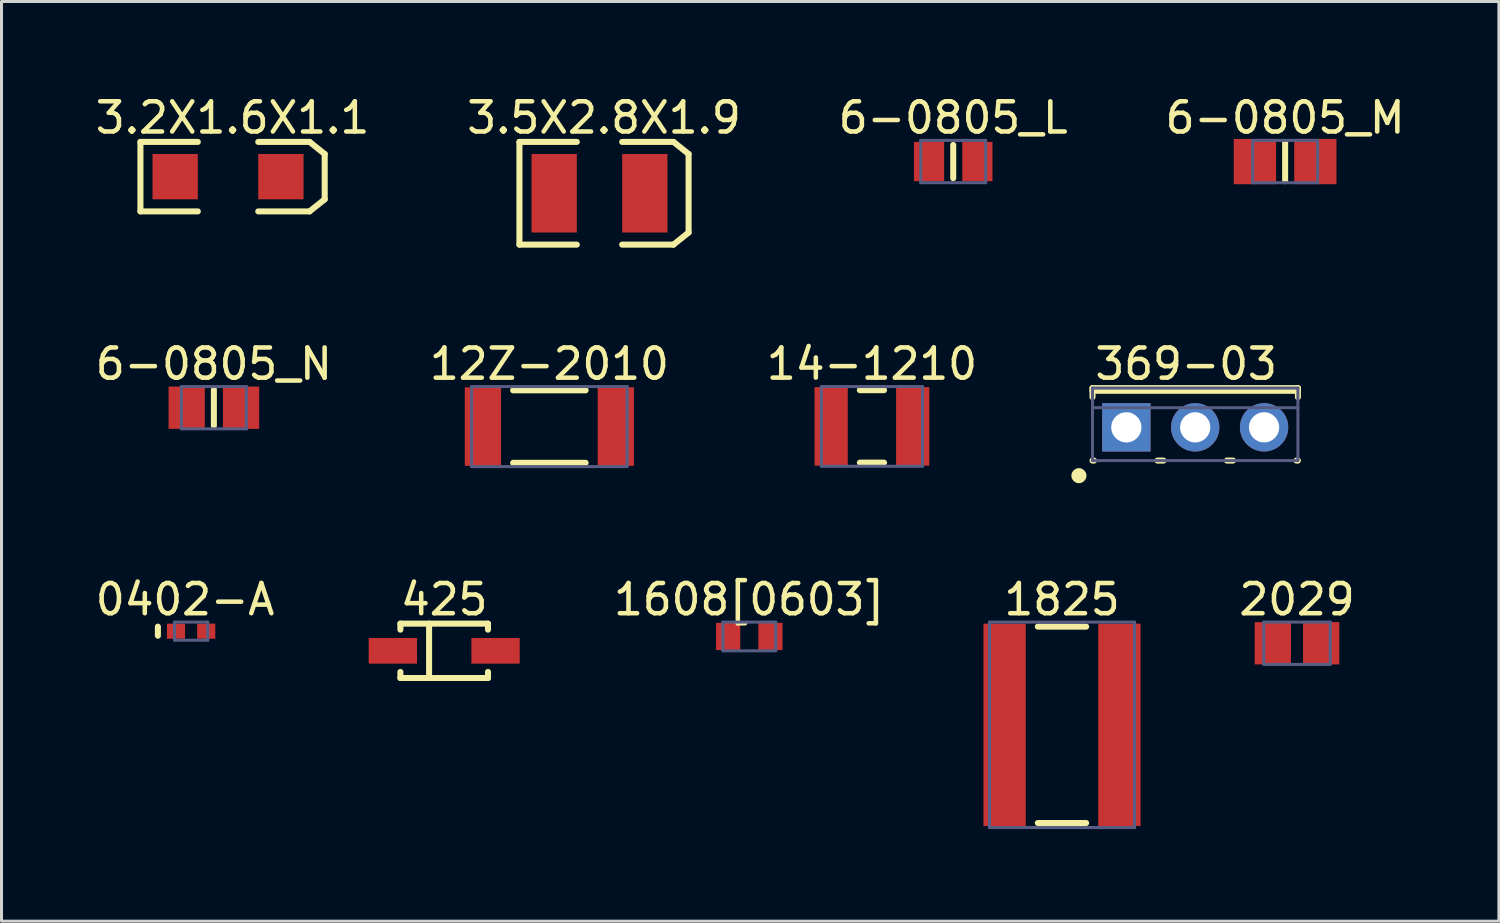
<source format=kicad_pcb>
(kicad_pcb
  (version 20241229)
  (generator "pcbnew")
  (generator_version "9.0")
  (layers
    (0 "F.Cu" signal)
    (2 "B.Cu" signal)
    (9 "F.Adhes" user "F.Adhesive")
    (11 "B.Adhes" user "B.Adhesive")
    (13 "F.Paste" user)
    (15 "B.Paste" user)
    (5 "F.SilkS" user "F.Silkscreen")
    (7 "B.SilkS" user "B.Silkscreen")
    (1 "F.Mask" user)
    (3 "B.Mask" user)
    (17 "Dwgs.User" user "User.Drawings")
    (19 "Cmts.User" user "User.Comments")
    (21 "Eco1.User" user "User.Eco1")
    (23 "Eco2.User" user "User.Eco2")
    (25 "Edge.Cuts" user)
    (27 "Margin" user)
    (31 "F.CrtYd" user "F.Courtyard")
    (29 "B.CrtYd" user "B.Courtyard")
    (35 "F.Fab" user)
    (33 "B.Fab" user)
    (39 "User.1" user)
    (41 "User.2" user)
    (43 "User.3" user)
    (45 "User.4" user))
  (footprint "0402-A"
    (layer "F.Cu")
    (at 3.277 17.845)
    (property "Reference" "0402-A" (at -0.2 -1.05 0) (layer "F.SilkS") (effects (font (size 1 1) (thickness 0.15))))
    (fp_line (start -1.1 0.15) (end -1.1 -0.15) (stroke (width 0.2) (type solid)) (layer "F.SilkS"))
    (fp_line (start -0.9 -0.35) (end 0.9 -0.35) (stroke (width 0.1) (type solid)) (layer "Eco2.User"))
    (fp_line (start -0.9 0.35) (end -0.9 -0.35) (stroke (width 0.1) (type solid)) (layer "Eco2.User"))
    (fp_line (start -0.9 0.35) (end 0.9 0.35) (stroke (width 0.1) (type solid)) (layer "Eco2.User"))
    (fp_line (start -0.3 0) (end 0.3 0) (stroke (width 0.1) (type solid)) (layer "Eco2.User"))
    (fp_line (start 0 0.3) (end 0 -0.3) (stroke (width 0.1) (type solid)) (layer "Eco2.User"))
    (fp_line (start 0.9 0.35) (end 0.9 -0.35) (stroke (width 0.1) (type solid)) (layer "Eco2.User"))
    (fp_line (start -0.55 -0.3) (end 0.55 -0.3) (stroke (width 0.1) (type solid)) (layer "B.Fab"))
    (fp_line (start -0.55 0.3) (end -0.55 -0.3) (stroke (width 0.1) (type solid)) (layer "B.Fab"))
    (fp_line (start -0.55 0.3) (end 0.55 0.3) (stroke (width 0.1) (type solid)) (layer "B.Fab"))
    (fp_line (start 0.55 0.3) (end 0.55 -0.3) (stroke (width 0.1) (type solid)) (layer "B.Fab"))
    (pad "1" smd rect (at -0.5 0 90) (size 0.5 0.6) (layers "F.Cu" "F.Mask" "F.Paste"))
    (pad "2" smd rect (at 0.5 0 90) (size 0.5 0.6) (layers "F.Cu" "F.Mask" "F.Paste")))
  (footprint "1825"
    (layer "F.Cu")
    (at 32.107 20.945)
    (property "Reference" "1825" (at 0 -4.15 0) (layer "F.SilkS") (effects (font (size 1 1) (thickness 0.15))))
    (fp_line (start -0.8 -3.25) (end 0.8 -3.25) (stroke (width 0.2) (type solid)) (layer "F.SilkS"))
    (fp_line (start -0.8 3.25) (end 0.8 3.25) (stroke (width 0.2) (type solid)) (layer "F.SilkS"))
    (fp_line (start -2.7 -3.45) (end 2.7 -3.45) (stroke (width 0.1) (type solid)) (layer "Eco2.User"))
    (fp_line (start -2.7 3.45) (end -2.7 -3.45) (stroke (width 0.1) (type solid)) (layer "Eco2.User"))
    (fp_line (start -2.7 3.45) (end 2.7 3.45) (stroke (width 0.1) (type solid)) (layer "Eco2.User"))
    (fp_line (start -0.5 0) (end 0.5 0) (stroke (width 0.1) (type solid)) (layer "Eco2.User"))
    (fp_line (start 0 0.5) (end 0 -0.5) (stroke (width 0.1) (type solid)) (layer "Eco2.User"))
    (fp_line (start 2.7 3.45) (end 2.7 -3.45) (stroke (width 0.1) (type solid)) (layer "Eco2.User"))
    (fp_line (start -2.4 -3.4) (end 2.4 -3.4) (stroke (width 0.1) (type solid)) (layer "B.Fab"))
    (fp_line (start -2.4 3.4) (end -2.4 -3.4) (stroke (width 0.1) (type solid)) (layer "B.Fab"))
    (fp_line (start -2.4 3.4) (end 2.4 3.4) (stroke (width 0.1) (type solid)) (layer "B.Fab"))
    (fp_line (start 2.4 3.4) (end 2.4 -3.4) (stroke (width 0.1) (type solid)) (layer "B.Fab"))
    (pad "1" smd rect (at -1.9 0 90) (size 6.7 1.4) (layers "F.Cu" "F.Mask" "F.Paste"))
    (pad "2" smd rect (at 1.9 0 90) (size 6.7 1.4) (layers "F.Cu" "F.Mask" "F.Paste")))
  (footprint "6-0805_M"
    (layer "F.Cu")
    (at 39.494 2.298)
    (property "Reference" "6-0805_M" (at 0 -1.45 0) (layer "F.SilkS") (effects (font (size 1 1) (thickness 0.15))))
    (fp_line (start 0 0.65) (end 0 -0.65) (stroke (width 0.2) (type solid)) (layer "F.SilkS"))
    (fp_line (start -2.2 -1.25) (end 2.2 -1.25) (stroke (width 0.1) (type solid)) (layer "Eco2.User"))
    (fp_line (start -2.2 1.25) (end -2.2 -1.25) (stroke (width 0.1) (type solid)) (layer "Eco2.User"))
    (fp_line (start -2.2 1.25) (end 2.2 1.25) (stroke (width 0.1) (type solid)) (layer "Eco2.User"))
    (fp_line (start -0.5 0) (end 0.5 0) (stroke (width 0.1) (type solid)) (layer "Eco2.User"))
    (fp_line (start 0 0.5) (end 0 -0.5) (stroke (width 0.1) (type solid)) (layer "Eco2.User"))
    (fp_line (start 2.2 1.25) (end 2.2 -1.25) (stroke (width 0.1) (type solid)) (layer "Eco2.User"))
    (fp_line (start -1.075 -0.7) (end 1.075 -0.7) (stroke (width 0.1) (type solid)) (layer "B.Fab"))
    (fp_line (start -1.075 0.7) (end -1.075 -0.7) (stroke (width 0.1) (type solid)) (layer "B.Fab"))
    (fp_line (start -1.075 0.7) (end 1.075 0.7) (stroke (width 0.1) (type solid)) (layer "B.Fab"))
    (fp_line (start 1.075 0.7) (end 1.075 -0.7) (stroke (width 0.1) (type solid)) (layer "B.Fab"))
    (pad "1" smd rect (at -1 0 90) (size 1.5 1.4) (layers "F.Cu" "F.Mask" "F.Paste"))
    (pad "2" smd rect (at 1 0 90) (size 1.5 1.4) (layers "F.Cu" "F.Mask" "F.Paste")))
  (footprint "3.2X1.6X1.1"
    (layer "F.Cu")
    (at 4.499 2.798)
    (property "Reference" "3.2X1.6X1.1" (at 0.15 -1.95 0) (layer "F.SilkS") (effects (font (size 1 1) (thickness 0.15))))
    (fp_line (start -2.9 -1.15) (end -1 -1.15) (stroke (width 0.2) (type solid)) (layer "F.SilkS"))
    (fp_line (start -2.9 1.15) (end -2.9 -1.15) (stroke (width 0.2) (type solid)) (layer "F.SilkS"))
    (fp_line (start -2.9 1.15) (end -1 1.15) (stroke (width 0.2) (type solid)) (layer "F.SilkS"))
    (fp_line (start 1 -1.15) (end 2.7 -1.15) (stroke (width 0.2) (type solid)) (layer "F.SilkS"))
    (fp_line (start 1 1.15) (end 2.7 1.15) (stroke (width 0.2) (type solid)) (layer "F.SilkS"))
    (fp_line (start 2.7 -1.15) (end 3.2 -0.75) (stroke (width 0.2) (type solid)) (layer "F.SilkS"))
    (fp_line (start 2.7 1.15) (end 3.2 0.75) (stroke (width 0.2) (type solid)) (layer "F.SilkS"))
    (fp_line (start 3.2 0.75) (end 3.2 -0.75) (stroke (width 0.2) (type solid)) (layer "F.SilkS"))
    (fp_line (start -0.2 0) (end 0.2 0) (stroke (width 0.1) (type solid)) (layer "User.1"))
    (fp_line (start 0 0.2) (end 0 -0.2) (stroke (width 0.1) (type solid)) (layer "User.1"))
    (pad "1" smd rect (at -1.75 0) (size 1.5 1.5) (layers "F.Cu" "F.Mask" "F.Paste"))
    (pad "2" smd rect (at 1.75 0) (size 1.5 1.5) (layers "F.Cu" "F.Mask" "F.Paste")))
  (footprint "14-1210"
    (layer "F.Cu")
    (at 25.815 11.066)
    (property "Reference" "14-1210" (at 0 -2.07 0) (layer "F.SilkS") (effects (font (size 1 1) (thickness 0.15))))
    (fp_line (start -0.4 -1.2) (end 0.4 -1.2) (stroke (width 0.2) (type solid)) (layer "F.SilkS"))
    (fp_line (start -0.4 1.2) (end 0.4 1.2) (stroke (width 0.2) (type solid)) (layer "F.SilkS"))
    (fp_line (start -2 -1.4) (end 2 -1.4) (stroke (width 0.1) (type solid)) (layer "Eco2.User"))
    (fp_line (start -2 1.4) (end -2 -1.4) (stroke (width 0.1) (type solid)) (layer "Eco2.User"))
    (fp_line (start -2 1.4) (end 2 1.4) (stroke (width 0.1) (type solid)) (layer "Eco2.User"))
    (fp_line (start -0.5 0) (end 0.5 0) (stroke (width 0.1) (type solid)) (layer "Eco2.User"))
    (fp_line (start 0 0.5) (end 0 -0.5) (stroke (width 0.1) (type solid)) (layer "Eco2.User"))
    (fp_line (start 2 1.4) (end 2 -1.4) (stroke (width 0.1) (type solid)) (layer "Eco2.User"))
    (fp_line (start -1.675 -1.32) (end 1.675 -1.32) (stroke (width 0.1) (type solid)) (layer "B.Fab"))
    (fp_line (start -1.675 1.32) (end -1.675 -1.32) (stroke (width 0.1) (type solid)) (layer "B.Fab"))
    (fp_line (start -1.675 1.32) (end 1.675 1.32) (stroke (width 0.1) (type solid)) (layer "B.Fab"))
    (fp_line (start 1.675 1.32) (end 1.675 -1.32) (stroke (width 0.1) (type solid)) (layer "B.Fab"))
    (pad "1" smd rect (at -1.35 0 90) (size 2.6 1.1) (layers "F.Cu" "F.Mask" "F.Paste"))
    (pad "2" smd rect (at 1.35 0 90) (size 2.6 1.1) (layers "F.Cu" "F.Mask" "F.Paste")))
  (footprint "2029"
    (layer "F.Cu")
    (at 39.887 18.245)
    (property "Reference" "2029" (at 0 -1.45 0) (layer "F.SilkS") (effects (font (size 1 1) (thickness 0.15))))
    (fp_line (start -1.5 -0.8) (end 1.5 -0.8) (stroke (width 0.1) (type solid)) (layer "Eco2.User"))
    (fp_line (start -1.5 0.8) (end -1.5 -0.8) (stroke (width 0.1) (type solid)) (layer "Eco2.User"))
    (fp_line (start -1.5 0.8) (end 1.5 0.8) (stroke (width 0.1) (type solid)) (layer "Eco2.User"))
    (fp_line (start -0.5 0) (end 0.5 0) (stroke (width 0.1) (type solid)) (layer "Eco2.User"))
    (fp_line (start 0 0.5) (end 0 -0.5) (stroke (width 0.1) (type solid)) (layer "Eco2.User"))
    (fp_line (start 1.5 0.8) (end 1.5 -0.8) (stroke (width 0.1) (type solid)) (layer "Eco2.User"))
    (fp_line (start -1.1 -0.7) (end 1.1 -0.7) (stroke (width 0.1) (type solid)) (layer "B.Fab"))
    (fp_line (start -1.1 0.7) (end -1.1 -0.7) (stroke (width 0.1) (type solid)) (layer "B.Fab"))
    (fp_line (start -1.1 0.7) (end 1.1 0.7) (stroke (width 0.1) (type solid)) (layer "B.Fab"))
    (fp_line (start 1.1 0.7) (end 1.1 -0.7) (stroke (width 0.1) (type solid)) (layer "B.Fab"))
    (pad "1" smd rect (at -0.8 0 90) (size 1.4 1.2) (layers "F.Cu" "F.Mask" "F.Paste"))
    (pad "2" smd rect (at 0.8 0 90) (size 1.4 1.2) (layers "F.Cu" "F.Mask" "F.Paste")))
  (footprint "12Z-2010"
    (layer "F.Cu")
    (at 15.137 11.072)
    (property "Reference" "12Z-2010" (at 0 -2.075 0) (layer "F.SilkS") (effects (font (size 1 1) (thickness 0.15))))
    (fp_line (start -1.2 -1.2) (end 1.2 -1.2) (stroke (width 0.2) (type solid)) (layer "F.SilkS"))
    (fp_line (start -1.2 1.2) (end 1.2 1.2) (stroke (width 0.2) (type solid)) (layer "F.SilkS"))
    (fp_line (start -2.9 -1.4) (end 2.9 -1.4) (stroke (width 0.1) (type solid)) (layer "Eco2.User"))
    (fp_line (start -2.9 1.4) (end -2.9 -1.4) (stroke (width 0.1) (type solid)) (layer "Eco2.User"))
    (fp_line (start -2.9 1.4) (end 2.9 1.4) (stroke (width 0.1) (type solid)) (layer "Eco2.User"))
    (fp_line (start -0.5 0) (end 0.5 0) (stroke (width 0.1) (type solid)) (layer "Eco2.User"))
    (fp_line (start 0 0.5) (end 0 -0.5) (stroke (width 0.1) (type solid)) (layer "Eco2.User"))
    (fp_line (start 2.9 1.4) (end 2.9 -1.4) (stroke (width 0.1) (type solid)) (layer "Eco2.User"))
    (fp_line (start -2.575 -1.325) (end 2.575 -1.325) (stroke (width 0.1) (type solid)) (layer "B.Fab"))
    (fp_line (start -2.575 1.325) (end -2.575 -1.325) (stroke (width 0.1) (type solid)) (layer "B.Fab"))
    (fp_line (start -2.575 1.325) (end 2.575 1.325) (stroke (width 0.1) (type solid)) (layer "B.Fab"))
    (fp_line (start 2.575 1.325) (end 2.575 -1.325) (stroke (width 0.1) (type solid)) (layer "B.Fab"))
    (pad "1" smd rect (at -2.2 0 90) (size 2.6 1.2) (layers "F.Cu" "F.Mask" "F.Paste"))
    (pad "2" smd rect (at 2.2 0 90) (size 2.6 1.2) (layers "F.Cu" "F.Mask" "F.Paste")))
  (footprint "6-0805_L"
    (layer "F.Cu")
    (at 28.506 2.298)
    (property "Reference" "6-0805_L" (at 0 -1.45 0) (layer "F.SilkS") (effects (font (size 1 1) (thickness 0.15))))
    (fp_line (start 0 0.55) (end 0 -0.55) (stroke (width 0.2) (type solid)) (layer "F.SilkS"))
    (fp_line (start -1.4 -0.75) (end 1.4 -0.75) (stroke (width 0.1) (type solid)) (layer "Eco2.User"))
    (fp_line (start -1.4 0.75) (end -1.4 -0.75) (stroke (width 0.1) (type solid)) (layer "Eco2.User"))
    (fp_line (start -1.4 0.75) (end 1.4 0.75) (stroke (width 0.1) (type solid)) (layer "Eco2.User"))
    (fp_line (start -0.5 0) (end 0.5 0) (stroke (width 0.1) (type solid)) (layer "Eco2.User"))
    (fp_line (start 0 0.5) (end 0 -0.5) (stroke (width 0.1) (type solid)) (layer "Eco2.User"))
    (fp_line (start 1.4 0.75) (end 1.4 -0.75) (stroke (width 0.1) (type solid)) (layer "Eco2.User"))
    (fp_line (start -1.075 -0.7) (end 1.075 -0.7) (stroke (width 0.1) (type solid)) (layer "B.Fab"))
    (fp_line (start -1.075 0.7) (end -1.075 -0.7) (stroke (width 0.1) (type solid)) (layer "B.Fab"))
    (fp_line (start -1.075 0.7) (end 1.075 0.7) (stroke (width 0.1) (type solid)) (layer "B.Fab"))
    (fp_line (start 1.075 0.7) (end 1.075 -0.7) (stroke (width 0.1) (type solid)) (layer "B.Fab"))
    (pad "1" smd rect (at -0.8 0 90) (size 1.3 1) (layers "F.Cu" "F.Mask" "F.Paste"))
    (pad "2" smd rect (at 0.8 0 90) (size 1.3 1) (layers "F.Cu" "F.Mask" "F.Paste")))
  (footprint "425"
    (layer "F.Cu")
    (at 11.655 18.495)
    (property "Reference" "425" (at 0 -1.7 0) (layer "F.SilkS") (effects (font (size 1 1) (thickness 0.15))))
    (fp_line (start -1.45 -0.9) (end 1.45 -0.9) (stroke (width 0.2) (type solid)) (layer "F.SilkS"))
    (fp_line (start -1.45 -0.7) (end -1.45 -0.9) (stroke (width 0.2) (type solid)) (layer "F.SilkS"))
    (fp_line (start -1.45 0.9) (end -1.45 0.7) (stroke (width 0.2) (type solid)) (layer "F.SilkS"))
    (fp_line (start -1.45 0.9) (end 1.45 0.9) (stroke (width 0.2) (type solid)) (layer "F.SilkS"))
    (fp_line (start -0.5 0.9) (end -0.5 -0.9) (stroke (width 0.2) (type solid)) (layer "F.SilkS"))
    (fp_line (start 1.45 -0.7) (end 1.45 -0.9) (stroke (width 0.2) (type solid)) (layer "F.SilkS"))
    (fp_line (start 1.45 0.9) (end 1.45 0.7) (stroke (width 0.2) (type solid)) (layer "F.SilkS"))
    (pad "1" smd rect (at -1.7 0) (size 1.6 0.85) (layers "F.Cu" "F.Mask" "F.Paste"))
    (pad "2" smd rect (at 1.7 0) (size 1.6 0.85) (layers "F.Cu" "F.Mask" "F.Paste")))
  (footprint "6-0805_N"
    (layer "F.Cu")
    (at 4.03 10.447)
    (property "Reference" "6-0805_N" (at 0 -1.45 0) (layer "F.SilkS") (effects (font (size 1 1) (thickness 0.15))))
    (fp_line (start 0 0.6) (end 0 -0.6) (stroke (width 0.2) (type solid)) (layer "F.SilkS"))
    (fp_line (start -1.75 -0.95) (end 1.75 -0.95) (stroke (width 0.1) (type solid)) (layer "Eco2.User"))
    (fp_line (start -1.75 0.95) (end -1.75 -0.95) (stroke (width 0.1) (type solid)) (layer "Eco2.User"))
    (fp_line (start -1.75 0.95) (end 1.75 0.95) (stroke (width 0.1) (type solid)) (layer "Eco2.User"))
    (fp_line (start -0.5 0) (end 0.5 0) (stroke (width 0.1) (type solid)) (layer "Eco2.User"))
    (fp_line (start 0 0.5) (end 0 -0.5) (stroke (width 0.1) (type solid)) (layer "Eco2.User"))
    (fp_line (start 1.75 0.95) (end 1.75 -0.95) (stroke (width 0.1) (type solid)) (layer "Eco2.User"))
    (fp_line (start -1.075 -0.7) (end 1.075 -0.7) (stroke (width 0.1) (type solid)) (layer "B.Fab"))
    (fp_line (start -1.075 0.7) (end -1.075 -0.7) (stroke (width 0.1) (type solid)) (layer "B.Fab"))
    (fp_line (start -1.075 0.7) (end 1.075 0.7) (stroke (width 0.1) (type solid)) (layer "B.Fab"))
    (fp_line (start 1.075 0.7) (end 1.075 -0.7) (stroke (width 0.1) (type solid)) (layer "B.Fab"))
    (pad "1" smd rect (at -0.9 0 90) (size 1.4 1.2) (layers "F.Cu" "F.Mask" "F.Paste"))
    (pad "2" smd rect (at 0.9 0 90) (size 1.4 1.2) (layers "F.Cu" "F.Mask" "F.Paste")))
  (footprint "369-03"
    (layer "F.Cu")
    (at 36.517 11.097)
    (property "Reference" "369-03" (at -0.3 -2.1 0) (layer "F.SilkS") (effects (font (size 1 1) (thickness 0.15))))
    (fp_line (start -3.4 -1.3) (end 3.4 -1.3) (stroke (width 0.2) (type solid)) (layer "F.SilkS"))
    (fp_line (start -3.4 -1.21) (end 3.4 -1.21) (stroke (width 0.2) (type solid)) (layer "F.SilkS"))
    (fp_line (start -3.4 -1) (end -3.4 -1.3) (stroke (width 0.2) (type solid)) (layer "F.SilkS"))
    (fp_line (start -3.4 1.1) (end -3.35 1.1) (stroke (width 0.2) (type solid)) (layer "F.SilkS"))
    (fp_line (start -1.25 1.1) (end -1.05 1.1) (stroke (width 0.2) (type solid)) (layer "F.SilkS"))
    (fp_line (start 1.05 1.1) (end 1.25 1.1) (stroke (width 0.2) (type solid)) (layer "F.SilkS"))
    (fp_line (start 3.35 1.1) (end 3.4 1.1) (stroke (width 0.2) (type solid)) (layer "F.SilkS"))
    (fp_line (start 3.4 -1) (end 3.4 -1.3) (stroke (width 0.2) (type solid)) (layer "F.SilkS"))
    (fp_circle (center -3.85 1.6) (end -3.85 1.475) (stroke (width 0.25) (type solid)) (fill no) (layer "F.SilkS"))
    (fp_line (start -0.5 0) (end 0.5 0) (stroke (width 0.1) (type solid)) (layer "Eco2.User"))
    (fp_line (start 0 0.5) (end 0 -0.5) (stroke (width 0.1) (type solid)) (layer "Eco2.User"))
    (fp_line (start -3.4 -1.3) (end 3.4 -1.3) (stroke (width 0.1) (type solid)) (layer "B.Fab"))
    (fp_line (start -3.4 -0.65) (end 3.4 -0.65) (stroke (width 0.1) (type solid)) (layer "B.Fab"))
    (fp_line (start -3.4 1.1) (end -3.4 -1.3) (stroke (width 0.1) (type solid)) (layer "B.Fab"))
    (fp_line (start -3.4 1.1) (end 3.4 1.1) (stroke (width 0.1) (type solid)) (layer "B.Fab"))
    (fp_line (start 3.4 1.1) (end 3.4 -1.3) (stroke (width 0.1) (type solid)) (layer "B.Fab"))
    (pad "1" thru_hole rect (at -2.28 0) (size 1.6 1.6) (drill 1) (layers "*.Cu" "*.Mask"))
    (pad "2" thru_hole circle (at 0 0) (size 1.6 1.6) (drill 1) (layers "*.Cu" "*.Mask"))
    (pad "3" thru_hole circle (at 2.28 0) (size 1.6 1.6) (drill 1) (layers "*.Cu" "*.Mask")))
  (footprint "1608[0603]"
    (layer "F.Cu")
    (at 21.756 18.02)
    (property "Reference" "1608[0603]" (at 0 -1.225 0) (layer "F.SilkS") (effects (font (size 1 1) (thickness 0.15))))
    (fp_line (start -1.2 -0.55) (end 1.2 -0.55) (stroke (width 0.1) (type solid)) (layer "Eco2.User"))
    (fp_line (start -1.2 0.55) (end -1.2 -0.55) (stroke (width 0.1) (type solid)) (layer "Eco2.User"))
    (fp_line (start -1.2 0.55) (end 1.2 0.55) (stroke (width 0.1) (type solid)) (layer "Eco2.User"))
    (fp_line (start -0.475 0) (end 0.475 0) (stroke (width 0.1) (type solid)) (layer "Eco2.User"))
    (fp_line (start 0 0.475) (end 0 -0.475) (stroke (width 0.1) (type solid)) (layer "Eco2.User"))
    (fp_line (start 1.2 0.55) (end 1.2 -0.55) (stroke (width 0.1) (type solid)) (layer "Eco2.User"))
    (fp_line (start -0.875 -0.475) (end 0.875 -0.475) (stroke (width 0.1) (type solid)) (layer "B.Fab"))
    (fp_line (start -0.875 0.475) (end -0.875 -0.475) (stroke (width 0.1) (type solid)) (layer "B.Fab"))
    (fp_line (start -0.875 0.475) (end 0.875 0.475) (stroke (width 0.1) (type solid)) (layer "B.Fab"))
    (fp_line (start 0.875 0.475) (end 0.875 -0.475) (stroke (width 0.1) (type solid)) (layer "B.Fab"))
    (pad "1" smd rect (at -0.7 0 90) (size 0.9 0.8) (layers "F.Cu" "F.Mask" "F.Paste"))
    (pad "2" smd rect (at 0.7 0 90) (size 0.9 0.8) (layers "F.Cu" "F.Mask" "F.Paste")))
  (footprint "3.5X2.8X1.9"
    (layer "F.Cu")
    (at 16.796 3.348)
    (property "Reference" "3.5X2.8X1.9" (at 0.15 -2.5 0) (layer "F.SilkS") (effects (font (size 1 1) (thickness 0.15))))
    (fp_line (start -2.65 -1.7) (end -0.75 -1.7) (stroke (width 0.2) (type solid)) (layer "F.SilkS"))
    (fp_line (start -2.65 1.7) (end -2.65 -1.7) (stroke (width 0.2) (type solid)) (layer "F.SilkS"))
    (fp_line (start -2.65 1.7) (end -0.75 1.7) (stroke (width 0.2) (type solid)) (layer "F.SilkS"))
    (fp_line (start 0.75 -1.7) (end 2.45 -1.7) (stroke (width 0.2) (type solid)) (layer "F.SilkS"))
    (fp_line (start 0.75 1.7) (end 2.45 1.7) (stroke (width 0.2) (type solid)) (layer "F.SilkS"))
    (fp_line (start 2.45 -1.7) (end 2.95 -1.3) (stroke (width 0.2) (type solid)) (layer "F.SilkS"))
    (fp_line (start 2.45 1.7) (end 2.95 1.3) (stroke (width 0.2) (type solid)) (layer "F.SilkS"))
    (fp_line (start 2.95 1.3) (end 2.95 -1.3) (stroke (width 0.2) (type solid)) (layer "F.SilkS"))
    (fp_line (start -0.2 0) (end 0.2 0) (stroke (width 0.1) (type solid)) (layer "User.1"))
    (fp_line (start 0 0.2) (end 0 -0.2) (stroke (width 0.1) (type solid)) (layer "User.1"))
    (pad "1" smd rect (at -1.5 0) (size 1.5 2.6) (layers "F.Cu" "F.Mask" "F.Paste"))
    (pad "2" smd rect (at 1.5 0) (size 1.5 2.6) (layers "F.Cu" "F.Mask" "F.Paste")))
  (gr_rect
    (start -3 -3)
    (end 46.571 27.445)
    (stroke (width 0.1) (type default))
    (fill no)
    (layer "Edge.Cuts")))
</source>
